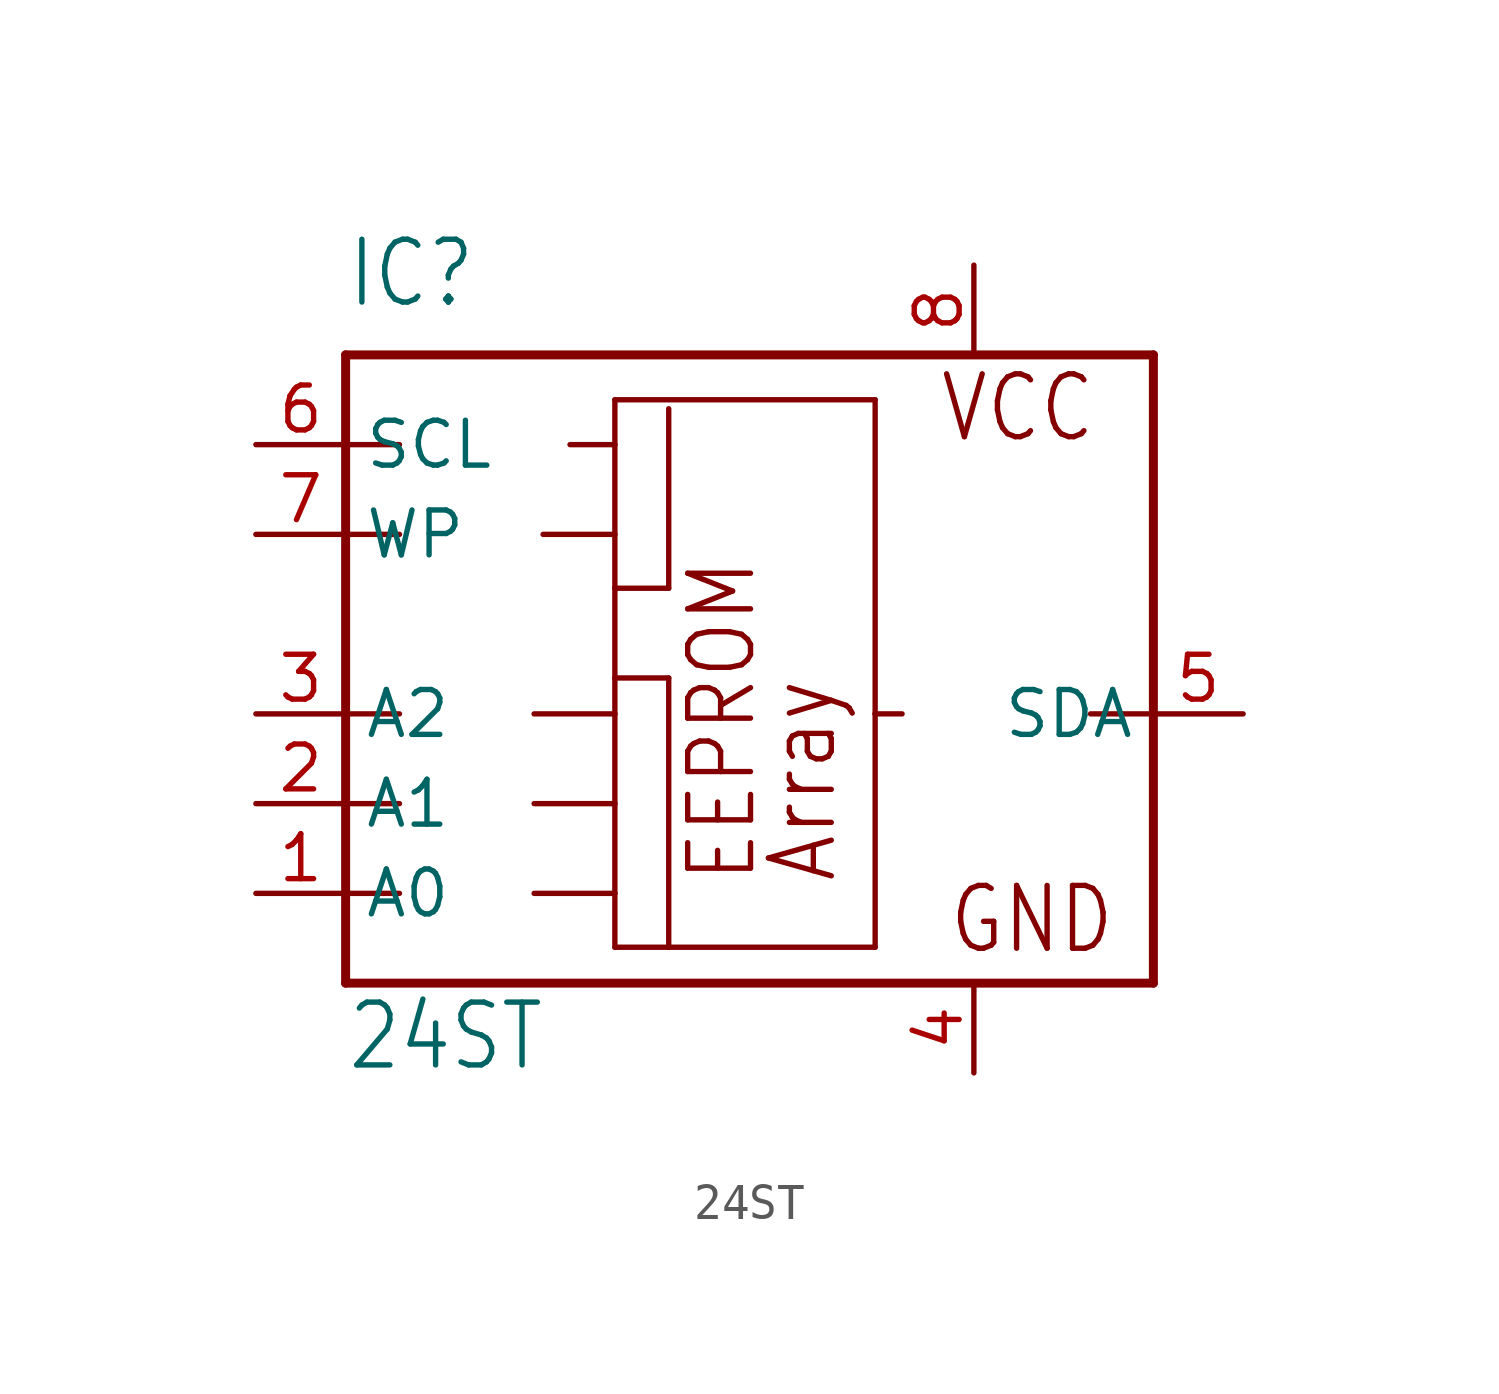
<source format=kicad_sym>
(kicad_symbol_lib
  (version 20211014)
  (generator kicad_symbol_editor)
  (symbol "24ST"
    (property "Reference" "IC"
      (at -10.16 11.43 0)
      (effects (font (size 1.778 1.511)) (justify left bottom)))
    (property "Value" "24ST"
      (at -10.16 -10.16 0)
      (effects (font (size 1.778 1.511)) (justify left bottom)))
    (property "ki_locked" ""
      (at 0 0 0)
      (effects (font (size 1.27 1.27))))
    (symbol "24ST_1_0"
      (polyline (pts (xy -10.16 -7.62) (xy -10.16 -5.08)) (stroke (width 0.254) (type default) (color 0 0 0 0)) (fill (type none)))
      (polyline (pts (xy -10.16 -5.08) (xy -10.16 -2.54)) (stroke (width 0.254) (type default) (color 0 0 0 0)) (fill (type none)))
      (polyline (pts (xy -10.16 -5.08) (xy -8.636 -5.08)) (stroke (width 0.152) (type default) (color 0 0 0 0)) (fill (type none)))
      (polyline (pts (xy -10.16 -2.54) (xy -10.16 0)) (stroke (width 0.254) (type default) (color 0 0 0 0)) (fill (type none)))
      (polyline (pts (xy -10.16 -2.54) (xy -8.636 -2.54)) (stroke (width 0.152) (type default) (color 0 0 0 0)) (fill (type none)))
      (polyline (pts (xy -10.16 0) (xy -10.16 5.08)) (stroke (width 0.254) (type default) (color 0 0 0 0)) (fill (type none)))
      (polyline (pts (xy -10.16 0) (xy -8.636 0)) (stroke (width 0.152) (type default) (color 0 0 0 0)) (fill (type none)))
      (polyline (pts (xy -10.16 5.08) (xy -10.16 7.62)) (stroke (width 0.254) (type default) (color 0 0 0 0)) (fill (type none)))
      (polyline (pts (xy -10.16 5.08) (xy -8.636 5.08)) (stroke (width 0.152) (type default) (color 0 0 0 0)) (fill (type none)))
      (polyline (pts (xy -10.16 7.62) (xy -10.16 10.16)) (stroke (width 0.254) (type default) (color 0 0 0 0)) (fill (type none)))
      (polyline (pts (xy -10.16 7.62) (xy -8.636 7.62)) (stroke (width 0.152) (type default) (color 0 0 0 0)) (fill (type none)))
      (polyline (pts (xy -10.16 10.16) (xy 12.7 10.16)) (stroke (width 0.254) (type default) (color 0 0 0 0)) (fill (type none)))
      (polyline (pts (xy -4.826 -5.08) (xy -2.54 -5.08)) (stroke (width 0.152) (type default) (color 0 0 0 0)) (fill (type none)))
      (polyline (pts (xy -4.826 -2.54) (xy -2.54 -2.54)) (stroke (width 0.152) (type default) (color 0 0 0 0)) (fill (type none)))
      (polyline (pts (xy -4.826 0) (xy -2.54 0)) (stroke (width 0.152) (type default) (color 0 0 0 0)) (fill (type none)))
      (polyline (pts (xy -4.572 5.08) (xy -2.54 5.08)) (stroke (width 0.152) (type default) (color 0 0 0 0)) (fill (type none)))
      (polyline (pts (xy -3.81 7.62) (xy -2.54 7.62)) (stroke (width 0.152) (type default) (color 0 0 0 0)) (fill (type none)))
      (polyline (pts (xy -2.54 -6.604) (xy -2.54 -5.08)) (stroke (width 0.152) (type default) (color 0 0 0 0)) (fill (type none)))
      (polyline (pts (xy -2.54 -5.08) (xy -2.54 -2.54)) (stroke (width 0.152) (type default) (color 0 0 0 0)) (fill (type none)))
      (polyline (pts (xy -2.54 -2.54) (xy -2.54 0)) (stroke (width 0.152) (type default) (color 0 0 0 0)) (fill (type none)))
      (polyline (pts (xy -2.54 0) (xy -2.54 1.016)) (stroke (width 0.152) (type default) (color 0 0 0 0)) (fill (type none)))
      (polyline (pts (xy -2.54 1.016) (xy -2.54 3.556)) (stroke (width 0.152) (type default) (color 0 0 0 0)) (fill (type none)))
      (polyline (pts (xy -2.54 1.016) (xy -1.016 1.016)) (stroke (width 0.152) (type default) (color 0 0 0 0)) (fill (type none)))
      (polyline (pts (xy -2.54 3.556) (xy -2.54 5.08)) (stroke (width 0.152) (type default) (color 0 0 0 0)) (fill (type none)))
      (polyline (pts (xy -2.54 3.556) (xy -1.016 3.556)) (stroke (width 0.152) (type default) (color 0 0 0 0)) (fill (type none)))
      (polyline (pts (xy -2.54 5.08) (xy -2.54 7.62)) (stroke (width 0.152) (type default) (color 0 0 0 0)) (fill (type none)))
      (polyline (pts (xy -2.54 7.62) (xy -2.54 8.89)) (stroke (width 0.152) (type default) (color 0 0 0 0)) (fill (type none)))
      (polyline (pts (xy -2.54 8.89) (xy 4.826 8.89)) (stroke (width 0.152) (type default) (color 0 0 0 0)) (fill (type none)))
      (polyline (pts (xy -1.016 -6.604) (xy -2.54 -6.604)) (stroke (width 0.152) (type default) (color 0 0 0 0)) (fill (type none)))
      (polyline (pts (xy -1.016 1.016) (xy -1.016 -6.604)) (stroke (width 0.152) (type default) (color 0 0 0 0)) (fill (type none)))
      (polyline (pts (xy -1.016 8.636) (xy -1.016 3.556)) (stroke (width 0.152) (type default) (color 0 0 0 0)) (fill (type none)))
      (polyline (pts (xy 4.826 -6.604) (xy -1.016 -6.604)) (stroke (width 0.152) (type default) (color 0 0 0 0)) (fill (type none)))
      (polyline (pts (xy 4.826 0) (xy 4.826 -6.604)) (stroke (width 0.152) (type default) (color 0 0 0 0)) (fill (type none)))
      (polyline (pts (xy 4.826 8.89) (xy 4.826 0)) (stroke (width 0.152) (type default) (color 0 0 0 0)) (fill (type none)))
      (polyline (pts (xy 5.588 0) (xy 4.826 0)) (stroke (width 0.152) (type default) (color 0 0 0 0)) (fill (type none)))
      (polyline (pts (xy 12.7 -7.62) (xy -10.16 -7.62)) (stroke (width 0.254) (type default) (color 0 0 0 0)) (fill (type none)))
      (polyline (pts (xy 12.7 0) (xy 10.922 0)) (stroke (width 0.152) (type default) (color 0 0 0 0)) (fill (type none)))
      (polyline (pts (xy 12.7 0) (xy 12.7 -7.62)) (stroke (width 0.254) (type default) (color 0 0 0 0)) (fill (type none)))
      (polyline (pts (xy 12.7 10.16) (xy 12.7 0)) (stroke (width 0.254) (type default) (color 0 0 0 0)) (fill (type none)))
      (text "Array" (at 3.81 -4.826 900) (effects (font (size 1.778 1.511)) (justify left bottom)))
      (text "EEPROM" (at 1.524 -4.826 900) (effects (font (size 1.778 1.511)) (justify left bottom)))
      (text "GND" (at 6.858 -6.858 0) (effects (font (size 1.778 1.511)) (justify left bottom)))
      (text "VCC" (at 6.604 7.62 0) (effects (font (size 1.778 1.511)) (justify left bottom)))
      (pin input line (at -12.7 -5.08 0) (length 2.54) (name "A0" (effects (font (size 1.27 1.27)))) (number "1" (effects (font (size 1.27 1.27)))))
      (pin input line (at -12.7 -2.54 0) (length 2.54) (name "A1" (effects (font (size 1.27 1.27)))) (number "2" (effects (font (size 1.27 1.27)))))
      (pin input line (at -12.7 0 0) (length 2.54) (name "A2" (effects (font (size 1.27 1.27)))) (number "3" (effects (font (size 1.27 1.27)))))
      (pin power_in line (at 7.62 -10.16 90) (length 2.54) (name "GND" (effects (font (size 0 0)))) (number "4" (effects (font (size 1.27 1.27)))))
      (pin bidirectional line (at 15.24 0 180) (length 2.54) (name "SDA" (effects (font (size 1.27 1.27)))) (number "5" (effects (font (size 1.27 1.27)))))
      (pin input line (at -12.7 7.62 0) (length 2.54) (name "SCL" (effects (font (size 1.27 1.27)))) (number "6" (effects (font (size 1.27 1.27)))))
      (pin input line (at -12.7 5.08 0) (length 2.54) (name "WP" (effects (font (size 1.27 1.27)))) (number "7" (effects (font (size 1.27 1.27)))))
      (pin power_in line (at 7.62 12.7 270) (length 2.54) (name "VCC" (effects (font (size 0 0)))) (number "8" (effects (font (size 1.27 1.27))))))))
</source>
